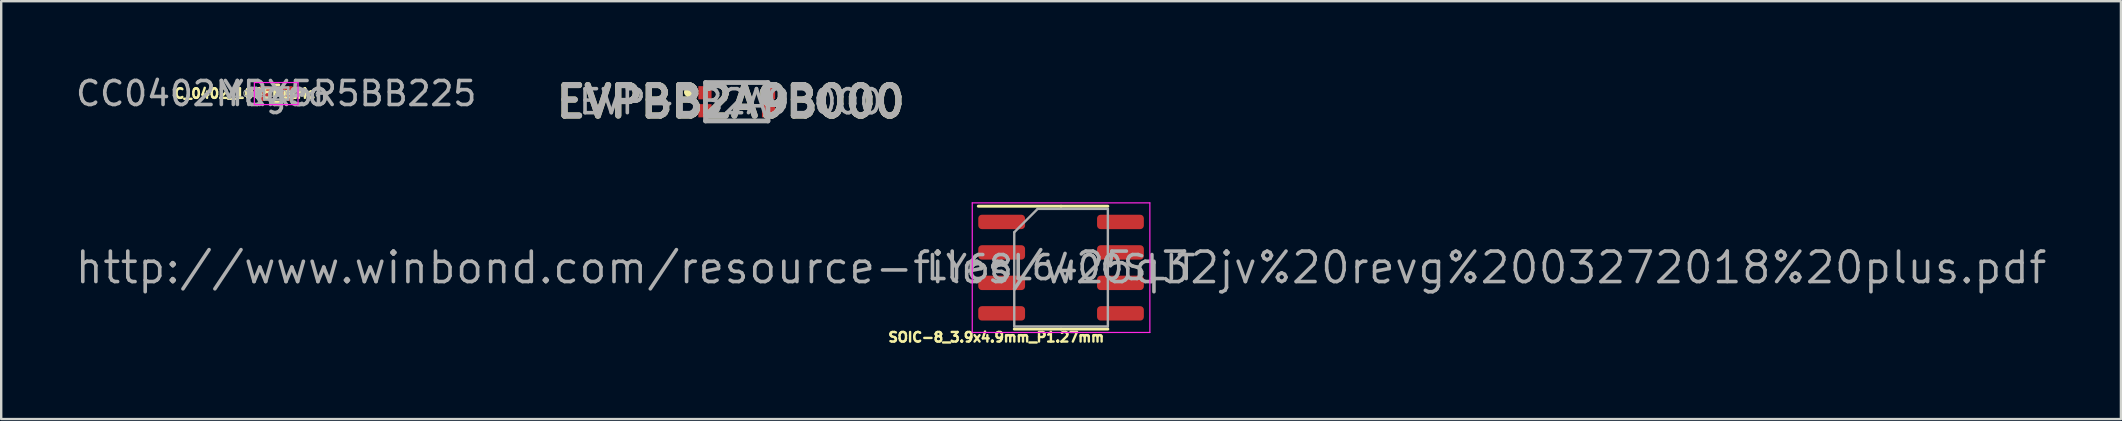
<source format=kicad_pcb>
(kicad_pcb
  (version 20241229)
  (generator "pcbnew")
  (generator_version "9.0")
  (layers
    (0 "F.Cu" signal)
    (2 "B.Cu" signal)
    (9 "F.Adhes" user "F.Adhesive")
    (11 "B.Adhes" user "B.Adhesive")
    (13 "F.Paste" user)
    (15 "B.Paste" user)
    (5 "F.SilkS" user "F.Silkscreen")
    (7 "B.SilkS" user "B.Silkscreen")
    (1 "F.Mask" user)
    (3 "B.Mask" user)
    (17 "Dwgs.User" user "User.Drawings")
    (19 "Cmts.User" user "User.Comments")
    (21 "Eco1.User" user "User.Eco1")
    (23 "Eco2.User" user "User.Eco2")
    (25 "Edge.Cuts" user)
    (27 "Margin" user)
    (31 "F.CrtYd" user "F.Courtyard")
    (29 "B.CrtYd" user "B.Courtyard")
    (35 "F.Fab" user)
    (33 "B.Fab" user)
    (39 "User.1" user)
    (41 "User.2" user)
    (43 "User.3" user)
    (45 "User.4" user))
  (footprint "C_0402_1005Metric"
    (layer "F.Cu")
    (at 8.458 0.848)
    (property "Reference" "C_0402_1005Metric" (at -1.3 0 180) (layer "F.SilkS") (effects (font (size 0.4 0.4) (thickness 0.1))))
    (property "Datasheet" "" (at 0 0 0) (unlocked yes) (layer "F.Fab") (effects (font (size 1.27 1.27) (thickness 0.15))))
    (property "Description" "" (at 0 0 0) (unlocked yes) (layer "F.Fab") (effects (font (size 1.27 1.27) (thickness 0.15))))
    (property "Mfg" "Yageo" (at 0 0 0) (unlocked yes) (layer "F.Fab") (effects (font (size 1 1) (thickness 0.15))))
    (property "PN" "CC0402MRX5R5BB225" (at 0 0 0) (unlocked yes) (layer "F.Fab") (effects (font (size 1 1) (thickness 0.15))))
    (attr smd)
    (fp_line (start -0.108 -0.36) (end 0.108 -0.36) (stroke (width 0.12) (type solid)) (layer "F.SilkS"))
    (fp_line (start -0.108 0.36) (end 0.108 0.36) (stroke (width 0.12) (type solid)) (layer "F.SilkS"))
    (fp_line (start -0.91 -0.46) (end 0.91 -0.46) (stroke (width 0.05) (type solid)) (layer "F.CrtYd"))
    (fp_line (start -0.91 0.46) (end -0.91 -0.46) (stroke (width 0.05) (type solid)) (layer "F.CrtYd"))
    (fp_line (start 0.91 -0.46) (end 0.91 0.46) (stroke (width 0.05) (type solid)) (layer "F.CrtYd"))
    (fp_line (start 0.91 0.46) (end -0.91 0.46) (stroke (width 0.05) (type solid)) (layer "F.CrtYd"))
    (fp_line (start -0.5 -0.25) (end 0.5 -0.25) (stroke (width 0.1) (type solid)) (layer "F.Fab"))
    (fp_line (start -0.5 0.25) (end -0.5 -0.25) (stroke (width 0.1) (type solid)) (layer "F.Fab"))
    (fp_line (start 0.5 -0.25) (end 0.5 0.25) (stroke (width 0.1) (type solid)) (layer "F.Fab"))
    (fp_line (start 0.5 0.25) (end -0.5 0.25) (stroke (width 0.1) (type solid)) (layer "F.Fab"))
    (fp_text user "${REFERENCE}" (at 0 0 180) (layer "F.Fab") (effects (font (size 0.25 0.25) (thickness 0.04))))
    (pad "1" smd roundrect (at -0.48 0) (size 0.56 0.62) (layers "F.Cu" "F.Mask" "F.Paste") (roundrect_rratio 0.25))
    (pad "2" smd roundrect (at 0.48 0) (size 0.56 0.62) (layers "F.Cu" "F.Mask" "F.Paste") (roundrect_rratio 0.25)))
  (footprint "SOIC-8_3.9x4.9mm_P1.27mm"
    (layer "F.Cu")
    (at 41.161 8.102)
    (property "Reference" "SOIC-8_3.9x4.9mm_P1.27mm" (at -2.7 2.9 0) (layer "F.SilkS") (effects (font (size 0.4 0.4) (thickness 0.1))))
    (property "Datasheet" "http://www.winbond.com/resource-files/w25q32jv%20revg%2003272018%20plus.pdf" (at 0 0 0) (unlocked yes) (layer "F.Fab") (effects (font (size 1.27 1.27) (thickness 0.15))))
    (property "Description" "" (at 0 0 0) (unlocked yes) (layer "F.Fab") (effects (font (size 1.27 1.27) (thickness 0.15))))
    (property "PN" "LY68L6400SLIT" (at 0 0 0) (unlocked yes) (layer "F.Fab") (effects (font (size 1 1) (thickness 0.15))))
    (attr smd)
    (fp_line (start 0 -2.56) (end -3.45 -2.56) (stroke (width 0.12) (type solid)) (layer "F.SilkS"))
    (fp_line (start 0 -2.56) (end 1.95 -2.56) (stroke (width 0.12) (type solid)) (layer "F.SilkS"))
    (fp_line (start 0 2.56) (end -1.95 2.56) (stroke (width 0.12) (type solid)) (layer "F.SilkS"))
    (fp_line (start 0 2.56) (end 1.95 2.56) (stroke (width 0.12) (type solid)) (layer "F.SilkS"))
    (fp_line (start -3.7 -2.7) (end -3.7 2.7) (stroke (width 0.05) (type solid)) (layer "F.CrtYd"))
    (fp_line (start -3.7 2.7) (end 3.7 2.7) (stroke (width 0.05) (type solid)) (layer "F.CrtYd"))
    (fp_line (start 3.7 -2.7) (end -3.7 -2.7) (stroke (width 0.05) (type solid)) (layer "F.CrtYd"))
    (fp_line (start 3.7 2.7) (end 3.7 -2.7) (stroke (width 0.05) (type solid)) (layer "F.CrtYd"))
    (fp_line (start -1.95 -1.475) (end -0.975 -2.45) (stroke (width 0.1) (type solid)) (layer "F.Fab"))
    (fp_line (start -1.95 2.45) (end -1.95 -1.475) (stroke (width 0.1) (type solid)) (layer "F.Fab"))
    (fp_line (start -0.975 -2.45) (end 1.95 -2.45) (stroke (width 0.1) (type solid)) (layer "F.Fab"))
    (fp_line (start 1.95 -2.45) (end 1.95 2.45) (stroke (width 0.1) (type solid)) (layer "F.Fab"))
    (fp_line (start 1.95 2.45) (end -1.95 2.45) (stroke (width 0.1) (type solid)) (layer "F.Fab"))
    (pad "1" smd roundrect (at -2.475 -1.905) (size 1.95 0.6) (layers "F.Cu" "F.Mask" "F.Paste") (roundrect_rratio 0.25))
    (pad "2" smd roundrect (at -2.475 -0.635) (size 1.95 0.6) (layers "F.Cu" "F.Mask" "F.Paste") (roundrect_rratio 0.25))
    (pad "3" smd roundrect (at -2.475 0.635) (size 1.95 0.6) (layers "F.Cu" "F.Mask" "F.Paste") (roundrect_rratio 0.25))
    (pad "4" smd roundrect (at -2.475 1.905) (size 1.95 0.6) (layers "F.Cu" "F.Mask" "F.Paste") (roundrect_rratio 0.25))
    (pad "5" smd roundrect (at 2.475 1.905) (size 1.95 0.6) (layers "F.Cu" "F.Mask" "F.Paste") (roundrect_rratio 0.25))
    (pad "6" smd roundrect (at 2.475 0.635) (size 1.95 0.6) (layers "F.Cu" "F.Mask" "F.Paste") (roundrect_rratio 0.25))
    (pad "7" smd roundrect (at 2.475 -0.635) (size 1.95 0.6) (layers "F.Cu" "F.Mask" "F.Paste") (roundrect_rratio 0.25))
    (pad "8" smd roundrect (at 2.475 -1.905) (size 1.95 0.6) (layers "F.Cu" "F.Mask" "F.Paste") (roundrect_rratio 0.25)))
  (footprint "EVPBB2A9B000"
    (layer "F.Cu")
    (at 27.398 1.189)
    (property "Reference" "EVPBB2A9B000" (at 0 0 0) (layer "F.SilkS") (effects (font (size 1.27 1.27) (thickness 0.254))))
    (property "Datasheet" "" (at 0 0 0) (unlocked yes) (layer "F.Fab") (effects (font (size 1.27 1.27) (thickness 0.15))))
    (property "Description" "" (at 0 0 0) (unlocked yes) (layer "F.Fab") (effects (font (size 1.27 1.27) (thickness 0.15))))
    (property "PN" "EVP-BB2A9B000" (at 0 0 0) (unlocked yes) (layer "F.Fab") (effects (font (size 1 1) (thickness 0.15))))
    (attr smd)
    (fp_line (start -1.75 -0.5) (end -1.75 -0.5) (stroke (width 0.2) (type solid)) (layer "F.SilkS"))
    (fp_line (start -1.75 -0.3) (end -1.75 -0.3) (stroke (width 0.2) (type solid)) (layer "F.SilkS"))
    (fp_line (start -1.075 0.8) (end 1.575 0.8) (stroke (width 0.1) (type solid)) (layer "F.SilkS"))
    (fp_line (start -1.05 -0.8) (end 1.55 -0.8) (stroke (width 0.1) (type solid)) (layer "F.SilkS"))
    (fp_arc (start -1.75 -0.5) (mid -1.65 -0.4) (end -1.75 -0.3) (stroke (width 0.2) (type solid)) (layer "F.SilkS"))
    (fp_arc (start -1.75 -0.3) (mid -1.85 -0.4) (end -1.75 -0.5) (stroke (width 0.2) (type solid)) (layer "F.SilkS"))
    (fp_line (start -1.05 -0.8) (end 1.55 -0.8) (stroke (width 0.2) (type solid)) (layer "F.Fab"))
    (fp_line (start -1.05 0.8) (end -1.05 -0.8) (stroke (width 0.2) (type solid)) (layer "F.Fab"))
    (fp_line (start 1.55 -0.8) (end 1.55 0.8) (stroke (width 0.2) (type solid)) (layer "F.Fab"))
    (fp_line (start 1.55 0.8) (end -1.05 0.8) (stroke (width 0.2) (type solid)) (layer "F.Fab"))
    (fp_text user "${REFERENCE}" (at 0 0 0) (layer "F.Fab") (effects (font (size 1.27 1.27) (thickness 0.254))))
    (pad "1" smd rect (at -1.075 -0.375 90) (size 0.55 0.55) (layers "F.Cu" "F.Mask" "F.Paste"))
    (pad "2" smd rect (at -1.075 0.375 90) (size 0.55 0.55) (layers "F.Cu" "F.Mask" "F.Paste"))
    (pad "3" smd rect (at 1.575 0.375 90) (size 0.55 0.55) (layers "F.Cu" "F.Mask" "F.Paste"))
    (pad "4" smd rect (at 1.575 -0.375 90) (size 0.55 0.55) (layers "F.Cu" "F.Mask" "F.Paste")))
  (gr_rect
    (start -3 -3)
    (end 85.323 14.412)
    (stroke (width 0.1) (type default))
    (fill no)
    (layer "Edge.Cuts")))
</source>
